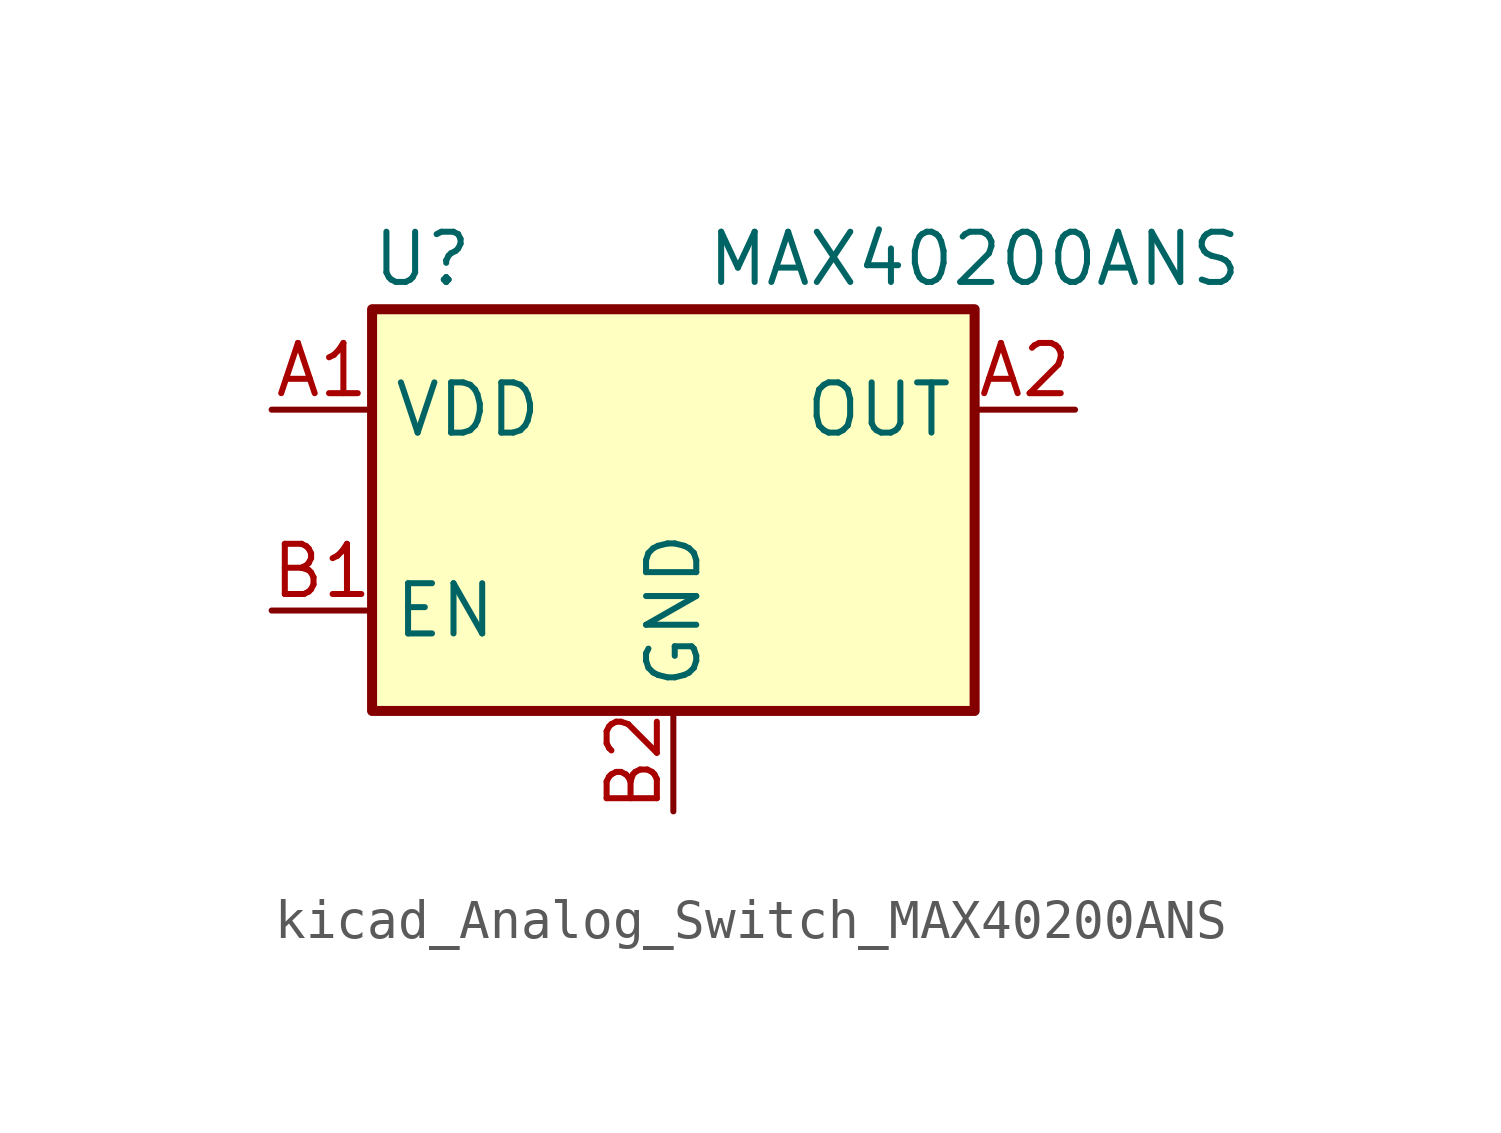
<source format=kicad_sym>
(kicad_symbol_lib
  (version 20220914)
  (generator kicad_symbol_editor)
  (symbol "kicad_Analog_Switch_MAX40200ANS"
    (property "Reference" "U"
      (at -6.35 6.35 0)
      (effects (font (size 1.27 1.27))))
    (property "Value" "MAX40200ANS"
      (at 7.62 6.35 0)
      (effects (font (size 1.27 1.27))))
    (symbol "kicad_Analog_Switch_MAX40200ANS_0_1"
      (rectangle (start -7.62 -5.08) (end 7.62 5.08) (stroke (width 0.254) (type default)) (fill (type background))))
    (symbol "kicad_Analog_Switch_MAX40200ANS_1_1"
      (pin power_in line (at -10.16 2.54 0) (length 2.54) (name "VDD" (effects (font (size 1.27 1.27)))) (number "A1" (effects (font (size 1.27 1.27)))))
      (pin passive line (at 10.16 2.54 180) (length 2.54) (name "OUT" (effects (font (size 1.27 1.27)))) (number "A2" (effects (font (size 1.27 1.27)))))
      (pin input line (at -10.16 -2.54 0) (length 2.54) (name "EN" (effects (font (size 1.27 1.27)))) (number "B1" (effects (font (size 1.27 1.27)))))
      (pin power_in line (at 0 -7.62 90) (length 2.54) (name "GND" (effects (font (size 1.27 1.27)))) (number "B2" (effects (font (size 1.27 1.27))))))))
</source>
